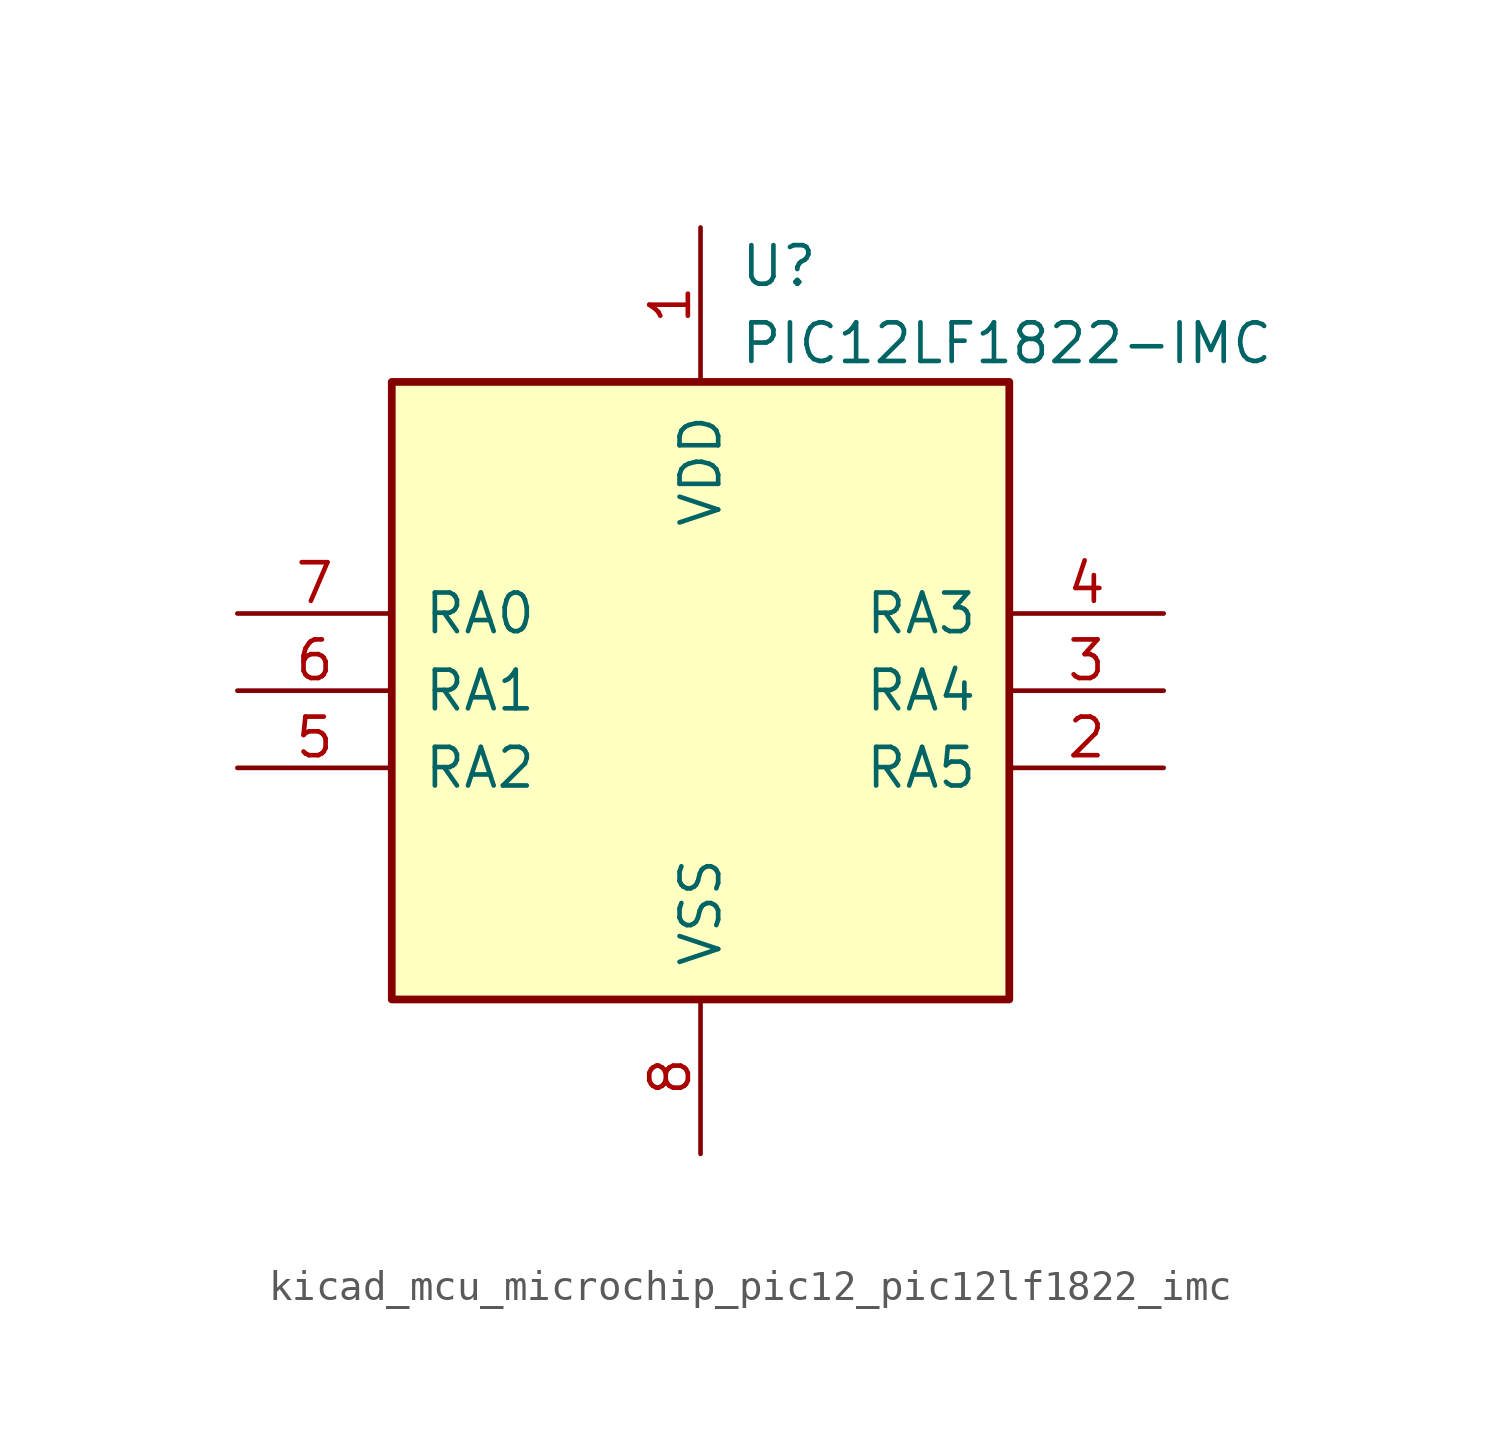
<source format=kicad_sym>
(kicad_symbol_lib
  (version 20220914)
  (generator kicad_symbol_editor)
  (symbol "kicad_mcu_microchip_pic12_pic12lf1822_imc"
    (pin_names
      (offset 1.016))
    (property "Reference" "U"
      (at 1.27 13.97 0)
      (effects (font (size 1.27 1.27)) (justify left)))
    (property "Value" "PIC12LF1822-IMC"
      (at 1.27 11.43 0)
      (effects (font (size 1.27 1.27)) (justify left)))
    (symbol "kicad_mcu_microchip_pic12_pic12lf1822_imc_0_1"
      (rectangle (start 10.16 -10.16) (end -10.16 10.16) (stroke (width 0.254) (type default)) (fill (type background))))
    (symbol "kicad_mcu_microchip_pic12_pic12lf1822_imc_1_1"
      (pin power_in line (at 0 15.24 270) (length 5.08) (name "VDD" (effects (font (size 1.27 1.27)))) (number "1" (effects (font (size 1.27 1.27)))))
      (pin bidirectional line (at 15.24 -2.54 180) (length 5.08) (name "RA5" (effects (font (size 1.27 1.27)))) (number "2" (effects (font (size 1.27 1.27)))))
      (pin bidirectional line (at 15.24 0 180) (length 5.08) (name "RA4" (effects (font (size 1.27 1.27)))) (number "3" (effects (font (size 1.27 1.27)))))
      (pin input line (at 15.24 2.54 180) (length 5.08) (name "RA3" (effects (font (size 1.27 1.27)))) (number "4" (effects (font (size 1.27 1.27)))))
      (pin bidirectional line (at -15.24 -2.54 0) (length 5.08) (name "RA2" (effects (font (size 1.27 1.27)))) (number "5" (effects (font (size 1.27 1.27)))))
      (pin bidirectional line (at -15.24 0 0) (length 5.08) (name "RA1" (effects (font (size 1.27 1.27)))) (number "6" (effects (font (size 1.27 1.27)))))
      (pin bidirectional line (at -15.24 2.54 0) (length 5.08) (name "RA0" (effects (font (size 1.27 1.27)))) (number "7" (effects (font (size 1.27 1.27)))))
      (pin power_in line (at 0 -15.24 90) (length 5.08) (name "VSS" (effects (font (size 1.27 1.27)))) (number "8" (effects (font (size 1.27 1.27))))))))
</source>
